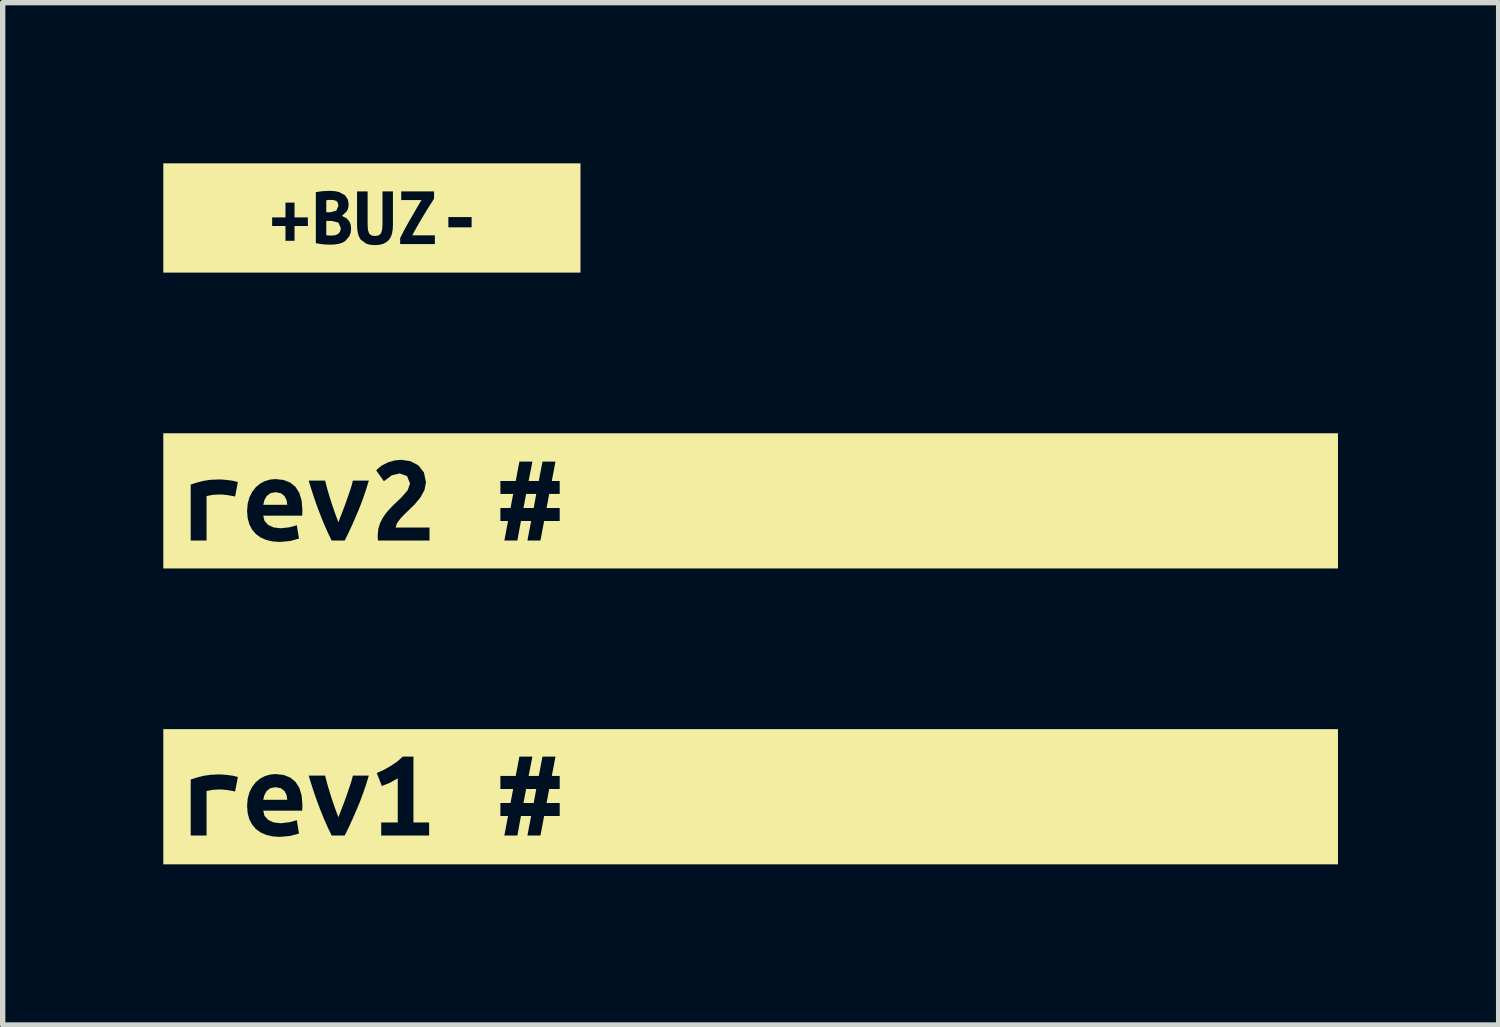
<source format=kicad_pcb>
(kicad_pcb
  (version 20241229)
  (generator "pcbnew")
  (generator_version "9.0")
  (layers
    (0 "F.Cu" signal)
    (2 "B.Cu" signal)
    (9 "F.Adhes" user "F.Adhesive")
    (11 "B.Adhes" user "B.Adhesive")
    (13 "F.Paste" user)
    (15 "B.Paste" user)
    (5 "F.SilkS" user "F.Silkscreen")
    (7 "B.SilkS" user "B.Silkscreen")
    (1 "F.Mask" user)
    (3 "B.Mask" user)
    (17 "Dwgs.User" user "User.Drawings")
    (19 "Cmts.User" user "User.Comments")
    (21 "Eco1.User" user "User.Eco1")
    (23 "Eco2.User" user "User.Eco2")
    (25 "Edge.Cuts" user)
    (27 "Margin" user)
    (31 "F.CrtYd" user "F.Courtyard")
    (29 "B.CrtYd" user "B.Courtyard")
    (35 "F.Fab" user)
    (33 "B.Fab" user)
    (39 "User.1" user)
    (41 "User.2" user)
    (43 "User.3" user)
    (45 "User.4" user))
  (footprint "label_rev"
    (layer "F.Cu")
    (at 10.97 11.831)
    (property "Reference" "label_rev" (at 0 -1.263 0) (layer "F.SilkS") (effects (font (size 0.001 0.001) (thickness 0.000003))))
    (attr exclude_from_pos_files exclude_from_bom)
    (fp_poly (pts (xy -4.243 0.117) (xy -4.052 0.117) (xy -4.004 -0.145) (xy -4.193 -0.145) (xy -4.243 0.117)) (stroke (width 0) (type solid)) (fill yes) (layer "F.SilkS"))
    (fp_poly (pts (xy -8.655 0.057) (xy -8.667 -0.03) (xy -8.705 -0.105) (xy -8.772 -0.158) (xy -8.872 -0.179) (xy -8.971 -0.16) (xy -9.04 -0.107) (xy -9.082 -0.031) (xy -9.103 0.057) (xy -8.655 0.057)) (stroke (width 0) (type solid)) (fill yes) (layer "F.SilkS"))
    (fp_poly (pts (xy -10.458 -1.263) (xy -9.864 -0.414) (xy -9.769 -0.406) (xy -9.668 -0.392) (xy -9.577 -0.369) (xy -9.629 -0.098) (xy -9.697 -0.112) (xy -9.405 0.174) (xy -9.394 0.035) (xy -9.36 -0.086) (xy -9.308 -0.188) (xy -9.241 -0.273) (xy -9.162 -0.338) (xy -9.072 -0.386) (xy -8.975 -0.414) (xy -8.877 -0.424) (xy -8.725 -0.408) (xy -8.599 -0.359) (xy -8.5 -0.277) (xy -8.429 -0.165) (xy -8.386 -0.022) (xy -8.372 0.15) (xy -8.373 0.21) (xy -8.376 0.26) (xy -9.103 0.26) (xy -9.08 0.357) (xy -9.012 0.432) (xy -8.909 0.48) (xy -8.779 0.495) (xy -8.611 0.476) (xy -8.476 0.438) (xy -8.436 0.688) (xy -8.598 0.732) (xy -8.791 0.75) (xy -8.926 0.741) (xy -9.047 0.713) (xy -9.152 0.667) (xy -9.24 0.604) (xy -9.31 0.522) (xy -9.362 0.424) (xy -9.394 0.308) (xy -9.405 0.174) (xy -9.697 -0.112) (xy -9.777 -0.125) (xy -9.855 -0.133) (xy -9.919 -0.136) (xy -10.041 -0.13) (xy -10.162 -0.107) (xy -10.162 0.724) (xy -10.458 0.724) (xy -10.458 -0.321) (xy -10.339 -0.36) (xy -10.218 -0.391) (xy -10.085 -0.41) (xy -9.931 -0.417) (xy -9.864 -0.414) (xy -10.458 -1.263) (xy -10.97 -1.263) (xy -10.97 1.263) (xy -7.826 0.724) (xy -7.898 0.575) (xy -7.971 0.409) (xy -8.044 0.227) (xy -8.099 0.082) (xy -8.152 -0.071) (xy -8.204 -0.23) (xy -8.255 -0.395) (xy -7.948 -0.395) (xy -7.924 -0.302) (xy -7.897 -0.202) (xy -7.866 -0.1) (xy -7.834 0.004) (xy -7.8 0.106) (xy -7.766 0.205) (xy -7.7 0.383) (xy -7.631 0.205) (xy -7.593 0.106) (xy -7.556 0.004) (xy -7.52 -0.1) (xy -7.485 -0.202) (xy -7.453 -0.302) (xy -7.429 -0.395) (xy -7.131 -0.395) (xy -7.182 -0.23) (xy -7.236 -0.071) (xy -7.293 0.082) (xy -7.353 0.227) (xy -7.432 0.409) (xy -7.508 0.575) (xy -6.9 0.724) (xy -6.9 0.481) (xy -6.591 0.481) (xy -6.591 -0.343) (xy -6.743 -0.258) (xy -6.888 -0.2) (xy -6.983 -0.443) (xy -6.86 -0.498) (xy -6.726 -0.572) (xy -6.6 -0.657) (xy -6.498 -0.75) (xy -6.298 -0.75) (xy -6.298 0.481) (xy -6.005 0.481) (xy -6.005 0.724) (xy -6.9 0.724) (xy -7.508 0.575) (xy -7.581 0.724) (xy -7.826 0.724) (xy -10.97 1.263) (xy -10.458 1.263) (xy 10.458 1.263) (xy -3.566 -0.388) (xy -3.566 -0.145) (xy -3.762 -0.145) (xy -3.812 0.117) (xy -3.566 0.117) (xy -3.566 0.36) (xy -3.857 0.36) (xy -3.926 0.724) (xy -4.169 0.724) (xy -4.1 0.36) (xy -4.29 0.36) (xy -4.357 0.724) (xy -4.6 0.724) (xy -4.531 0.36) (xy -4.674 0.36) (xy -4.674 0.117) (xy -4.485 0.117) (xy -4.435 -0.145) (xy -4.674 -0.145) (xy -4.674 -0.388) (xy -4.388 -0.388) (xy -4.319 -0.75) (xy -4.076 -0.75) (xy -4.147 -0.388) (xy -3.957 -0.388) (xy -3.888 -0.75) (xy -3.645 -0.75) (xy -3.714 -0.388) (xy -3.566 -0.388) (xy 10.458 1.263) (xy 10.97 1.263) (xy 10.97 -1.263) (xy 10.458 -1.263) (xy -10.458 -1.263)) (stroke (width 0) (type solid)) (fill yes) (layer "F.SilkS")))
  (footprint "label_rev2"
    (layer "F.Cu")
    (at 10.97 6.305)
    (property "Reference" "label_rev2" (at 0 -1.263 0) (layer "F.SilkS") (effects (font (size 0.001 0.001) (thickness 0.000003))))
    (attr exclude_from_pos_files exclude_from_bom)
    (fp_poly (pts (xy -4.243 0.133) (xy -4.052 0.133) (xy -4.004 -0.129) (xy -4.193 -0.129) (xy -4.243 0.133)) (stroke (width 0) (type solid)) (fill yes) (layer "F.SilkS"))
    (fp_poly (pts (xy -8.655 0.074) (xy -8.667 -0.013) (xy -8.705 -0.088) (xy -8.772 -0.142) (xy -8.872 -0.162) (xy -8.971 -0.143) (xy -9.04 -0.09) (xy -9.082 -0.014) (xy -9.103 0.074) (xy -8.655 0.074)) (stroke (width 0) (type solid)) (fill yes) (layer "F.SilkS"))
    (fp_poly (pts (xy -10.458 -1.263) (xy -9.864 -0.398) (xy -9.769 -0.389) (xy -9.668 -0.375) (xy -9.577 -0.352) (xy -9.629 -0.081) (xy -9.697 -0.095) (xy -9.405 0.191) (xy -9.394 0.052) (xy -9.36 -0.069) (xy -9.308 -0.172) (xy -9.241 -0.256) (xy -9.162 -0.322) (xy -9.072 -0.369) (xy -8.975 -0.398) (xy -8.877 -0.407) (xy -8.725 -0.391) (xy -8.599 -0.342) (xy -8.5 -0.261) (xy -8.429 -0.148) (xy -8.386 -0.006) (xy -8.372 0.167) (xy -8.373 0.226) (xy -8.376 0.276) (xy -9.103 0.276) (xy -9.08 0.374) (xy -9.012 0.449) (xy -8.909 0.496) (xy -8.779 0.512) (xy -8.611 0.493) (xy -8.476 0.455) (xy -8.436 0.705) (xy -8.598 0.749) (xy -8.791 0.767) (xy -8.926 0.758) (xy -9.047 0.73) (xy -9.152 0.684) (xy -9.24 0.62) (xy -9.31 0.539) (xy -9.362 0.441) (xy -9.394 0.324) (xy -9.405 0.191) (xy -9.697 -0.095) (xy -9.777 -0.108) (xy -9.855 -0.117) (xy -9.919 -0.119) (xy -10.041 -0.113) (xy -10.162 -0.09) (xy -10.162 0.741) (xy -10.458 0.741) (xy -10.458 -0.305) (xy -10.339 -0.343) (xy -10.218 -0.374) (xy -10.085 -0.394) (xy -9.931 -0.4) (xy -9.864 -0.398) (xy -10.458 -1.263) (xy -10.97 -1.263) (xy -10.97 1.263) (xy -7.826 0.741) (xy -7.898 0.591) (xy -7.971 0.426) (xy -8.044 0.244) (xy -8.099 0.098) (xy -8.152 -0.054) (xy -8.204 -0.213) (xy -8.255 -0.379) (xy -7.948 -0.379) (xy -7.924 -0.285) (xy -7.897 -0.186) (xy -7.866 -0.083) (xy -7.834 0.02) (xy -7.8 0.122) (xy -7.766 0.221) (xy -7.7 0.4) (xy -7.631 0.221) (xy -7.593 0.122) (xy -7.556 0.02) (xy -7.52 -0.083) (xy -7.485 -0.186) (xy -7.453 -0.285) (xy -7.429 -0.379) (xy -7.131 -0.379) (xy -6.362 -0.324) (xy -6.417 -0.463) (xy -6.555 -0.512) (xy -6.7 -0.479) (xy -6.85 -0.367) (xy -6.995 -0.572) (xy -6.893 -0.658) (xy -6.775 -0.719) (xy -6.65 -0.755) (xy -6.526 -0.767) (xy -6.352 -0.741) (xy -6.205 -0.662) (xy -6.102 -0.53) (xy -6.064 -0.345) (xy -6.093 -0.199) (xy -6.169 -0.062) (xy -6.276 0.067) (xy -6.398 0.186) (xy -6.469 0.254) (xy -6.545 0.335) (xy -6.606 0.419) (xy -6.631 0.498) (xy -5.998 0.498) (xy -5.998 0.741) (xy -6.96 0.741) (xy -6.966 0.681) (xy -6.964 0.631) (xy -6.953 0.517) (xy -6.92 0.412) (xy -6.87 0.316) (xy -6.808 0.227) (xy -6.738 0.146) (xy -6.663 0.07) (xy -6.588 -0.001) (xy -6.518 -0.069) (xy -6.406 -0.198) (xy -6.362 -0.324) (xy -7.131 -0.379) (xy -7.182 -0.213) (xy -7.236 -0.054) (xy -7.293 0.098) (xy -7.353 0.244) (xy -7.432 0.426) (xy -7.508 0.591) (xy -7.581 0.741) (xy -7.826 0.741) (xy -10.97 1.263) (xy -10.458 1.263) (xy 10.458 1.263) (xy -3.566 -0.371) (xy -3.566 -0.129) (xy -3.762 -0.129) (xy -3.812 0.133) (xy -3.566 0.133) (xy -3.566 0.376) (xy -3.857 0.376) (xy -3.926 0.741) (xy -4.169 0.741) (xy -4.1 0.376) (xy -4.29 0.376) (xy -4.357 0.741) (xy -4.6 0.741) (xy -4.531 0.376) (xy -4.674 0.376) (xy -4.674 0.133) (xy -4.485 0.133) (xy -4.435 -0.129) (xy -4.674 -0.129) (xy -4.674 -0.371) (xy -4.388 -0.371) (xy -4.319 -0.733) (xy -4.076 -0.733) (xy -4.147 -0.371) (xy -3.957 -0.371) (xy -3.888 -0.733) (xy -3.645 -0.733) (xy -3.714 -0.371) (xy -3.566 -0.371) (xy 10.458 1.263) (xy 10.97 1.263) (xy 10.97 -1.263) (xy 10.458 -1.263) (xy -10.458 -1.263)) (stroke (width 0) (type solid)) (fill yes) (layer "F.SilkS")))
  (footprint "label_buz"
    (layer "F.Cu")
    (at 3.896 1.021)
    (property "Reference" "label_buz" (at 0 -1.02 0) (layer "F.SilkS") (effects (font (size 0.001 0.001) (thickness 0.000003))))
    (attr exclude_from_pos_files exclude_from_bom)
    (fp_poly (pts (xy -0.852 0.056) (xy -0.852 0.323) (xy -0.806 0.328) (xy -0.758 0.329) (xy -0.693 0.324) (xy -0.637 0.303) (xy -0.596 0.26) (xy -0.58 0.19) (xy -0.625 0.087) (xy -0.747 0.056) (xy -0.852 0.056)) (stroke (width 0) (type solid)) (fill yes) (layer "F.SilkS"))
    (fp_poly (pts (xy -0.775 -0.106) (xy -0.663 -0.138) (xy -0.625 -0.228) (xy -0.636 -0.284) (xy -0.666 -0.318) (xy -0.71 -0.333) (xy -0.763 -0.337) (xy -0.809 -0.336) (xy -0.852 -0.331) (xy -0.852 -0.106) (xy -0.775 -0.106)) (stroke (width 0) (type solid)) (fill yes) (layer "F.SilkS"))
    (fp_poly (pts (xy -3.383 -1.02) (xy -1.863 -0.01) (xy -1.614 -0.01) (xy -1.614 -0.287) (xy -1.445 -0.287) (xy -1.445 -0.01) (xy -1.196 -0.01) (xy -1.196 0.15) (xy -1.445 0.15) (xy -1.445 0.426) (xy -1.614 0.426) (xy -1.614 0.15) (xy -1.863 0.15) (xy -1.863 -0.01) (xy -3.383 -1.02) (xy -3.896 -1.02) (xy -3.896 1.02) (xy -1.047 0.471) (xy -1.047 -0.483) (xy -0.925 -0.5) (xy -0.793 -0.507) (xy -0.692 -0.501) (xy -0.612 -0.484) (xy -0.502 -0.424) (xy -0.448 -0.341) (xy -0.434 -0.248) (xy -0.443 -0.183) (xy -0.468 -0.125) (xy -0.56 -0.039) (xy -0.476 0.004) (xy -0.424 0.06) (xy -0.397 0.123) (xy -0.388 0.19) (xy -0.396 0.271) (xy -0.418 0.338) (xy -0.5 0.433) (xy -0.556 0.464) (xy -0.622 0.484) (xy -0.696 0.495) (xy -0.774 0.499) (xy -0.84 0.497) (xy -0.909 0.492) (xy -0.978 0.483) (xy -1.047 0.471) (xy -3.896 1.02) (xy -3.383 1.02) (xy 0.055 0.507) (xy -0.033 0.501) (xy -0.105 0.481) (xy -0.207 0.406) (xy -0.24 0.351) (xy -0.261 0.287) (xy -0.273 0.213) (xy -0.277 0.131) (xy -0.277 -0.496) (xy -0.08 -0.496) (xy -0.08 0.118) (xy -0.074 0.222) (xy -0.052 0.29) (xy -0.01 0.326) (xy 0.058 0.337) (xy 0.126 0.326) (xy 0.169 0.289) (xy 0.191 0.221) (xy 0.198 0.117) (xy 0.198 -0.496) (xy 0.393 -0.496) (xy 0.393 0.131) (xy 0.389 0.213) (xy 0.377 0.287) (xy 0.355 0.351) (xy 0.321 0.406) (xy 0.275 0.449) (xy 0.217 0.481) (xy 0.144 0.501) (xy 0.055 0.507) (xy -3.383 1.02) (xy 3.383 1.02) (xy 1.863 0.175) (xy 1.428 0.175) (xy 1.428 -0.017) (xy 1.863 -0.017) (xy 1.863 0.175) (xy 3.383 1.02) (xy 3.896 1.02) (xy 3.896 -1.02) (xy 1.161 -0.36) (xy 1.096 -0.258) (xy 1.036 -0.163) (xy 0.981 -0.073) (xy 0.929 0.013) (xy 0.882 0.094) (xy 0.837 0.173) (xy 0.794 0.249) (xy 0.753 0.325) (xy 1.176 0.325) (xy 1.176 0.487) (xy 0.528 0.487) (xy 0.528 0.374) (xy 0.564 0.304) (xy 0.602 0.23) (xy 0.645 0.152) (xy 0.691 0.069) (xy 0.743 -0.02) (xy 0.799 -0.117) (xy 0.859 -0.221) (xy 0.926 -0.334) (xy 0.548 -0.334) (xy 0.548 -0.496) (xy 1.161 -0.496) (xy 1.161 -0.36) (xy 3.896 -1.02) (xy 3.383 -1.02) (xy -3.383 -1.02)) (stroke (width 0) (type solid)) (fill yes) (layer "F.SilkS")))
  (gr_rect
    (start -3 -3)
    (end 24.941 16.094)
    (stroke (width 0.1) (type default))
    (fill no)
    (layer "Edge.Cuts")))
</source>
